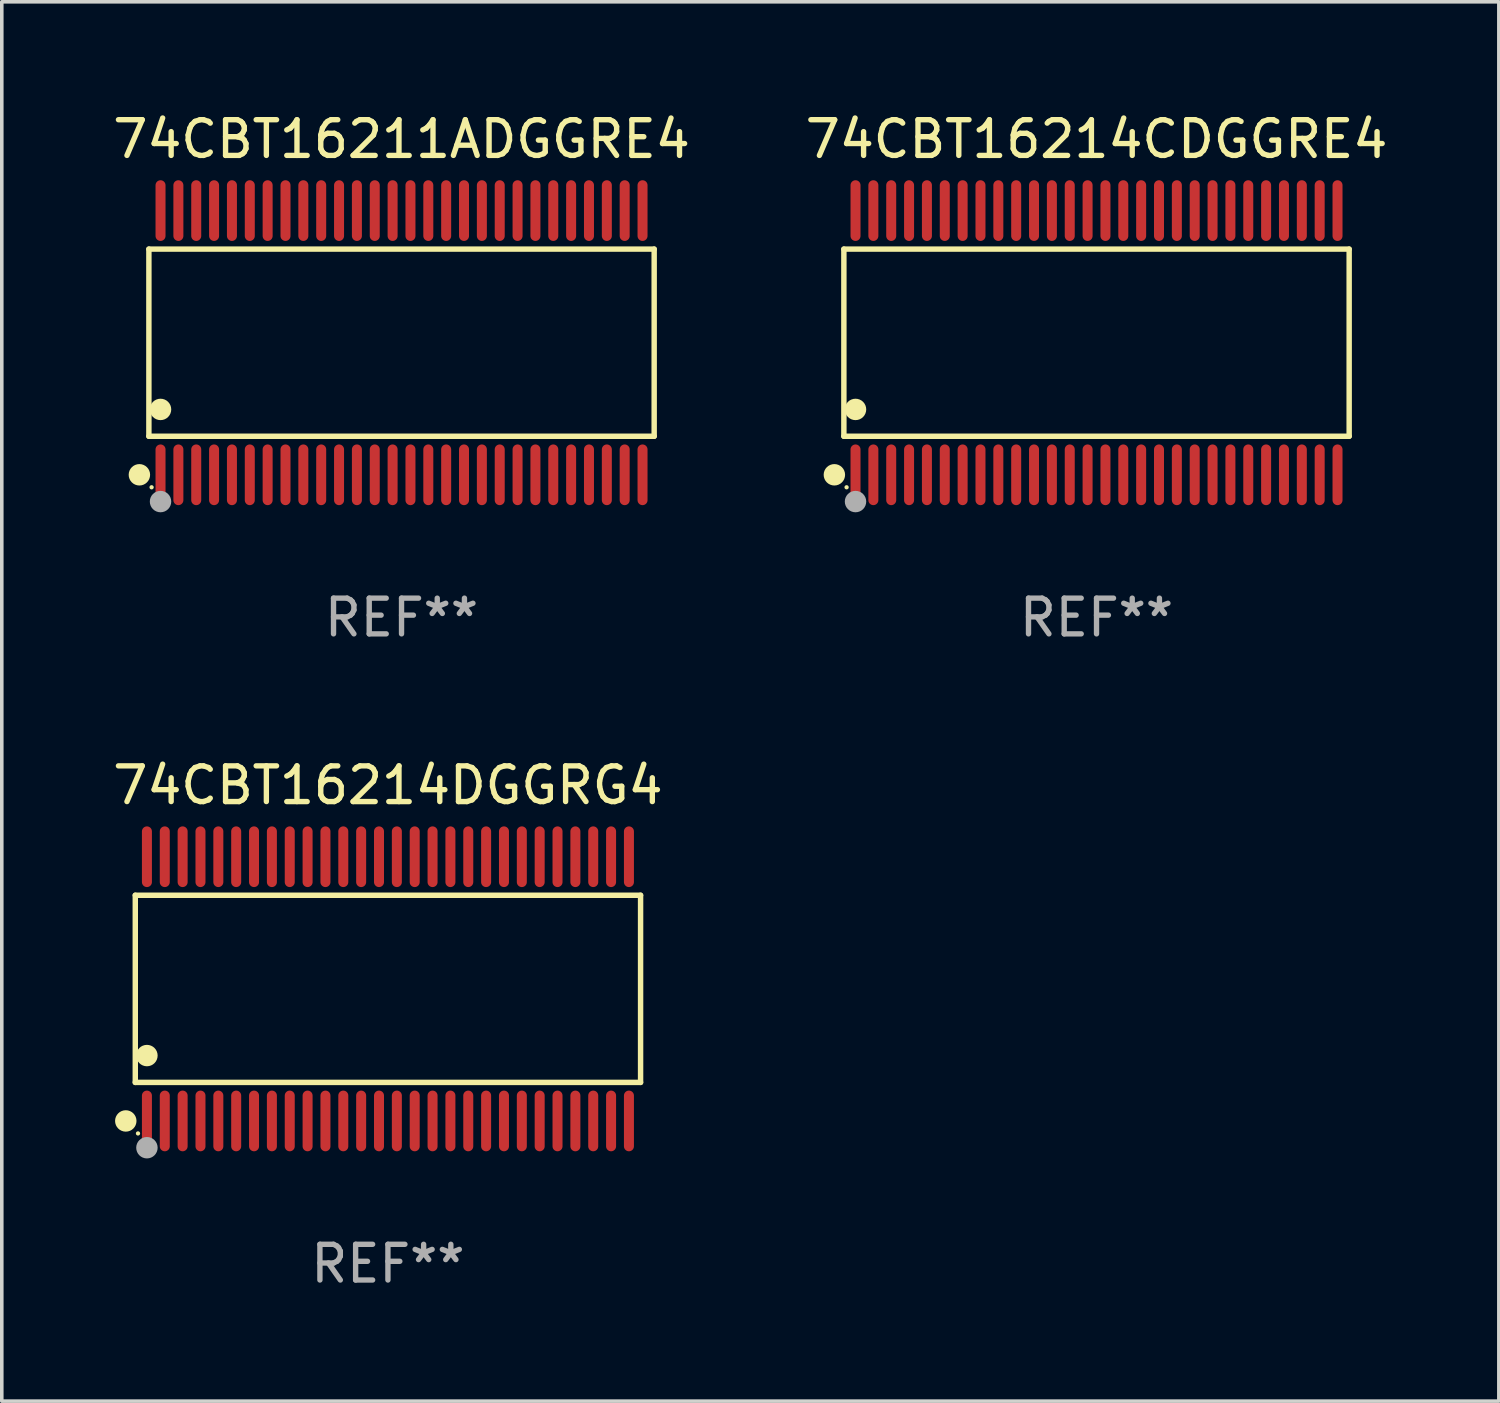
<source format=kicad_pcb>
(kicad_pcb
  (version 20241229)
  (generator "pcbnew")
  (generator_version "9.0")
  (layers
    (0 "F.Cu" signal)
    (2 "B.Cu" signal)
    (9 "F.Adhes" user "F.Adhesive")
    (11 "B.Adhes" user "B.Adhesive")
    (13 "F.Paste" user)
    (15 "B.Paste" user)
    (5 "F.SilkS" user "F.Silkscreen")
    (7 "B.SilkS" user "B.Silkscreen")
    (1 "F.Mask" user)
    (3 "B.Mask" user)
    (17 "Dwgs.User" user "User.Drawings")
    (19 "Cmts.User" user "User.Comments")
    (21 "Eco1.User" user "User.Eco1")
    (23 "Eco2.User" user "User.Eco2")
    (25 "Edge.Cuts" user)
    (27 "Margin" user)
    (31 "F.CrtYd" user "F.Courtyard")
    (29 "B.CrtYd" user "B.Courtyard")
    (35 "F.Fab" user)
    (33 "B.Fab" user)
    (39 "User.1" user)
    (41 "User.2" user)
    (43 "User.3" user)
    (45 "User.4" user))
  (footprint "74CBT16211ADGGRE4"
    (layer "F.Cu")
    (at 8.196 6.548)
    (property "Reference" "74CBT16211ADGGRE4" (at 0 -5.7 0) (layer "F.SilkS") (effects (font (size 1 1) (thickness 0.15))))
    (attr through_hole)
    (fp_line (start -7.076 -2.621) (end 7.076 -2.621) (stroke (width 0.152) (type solid)) (layer "F.SilkS"))
    (fp_line (start -7.076 2.621) (end -7.076 -2.621) (stroke (width 0.152) (type solid)) (layer "F.SilkS"))
    (fp_line (start 7.076 -2.621) (end 7.076 2.621) (stroke (width 0.152) (type solid)) (layer "F.SilkS"))
    (fp_line (start 7.076 2.621) (end -7.076 2.621) (stroke (width 0.152) (type solid)) (layer "F.SilkS"))
    (fp_circle (center -7.342 3.7) (end -7.192 3.7) (stroke (width 0.3) (type solid)) (fill no) (layer "F.SilkS"))
    (fp_circle (center -7 4.05) (end -6.97 4.05) (stroke (width 0.06) (type solid)) (fill no) (layer "F.SilkS"))
    (fp_circle (center -6.75 1.869) (end -6.6 1.869) (stroke (width 0.3) (type solid)) (fill no) (layer "F.SilkS"))
    (fp_circle (center -6.75 4.45) (end -6.6 4.45) (stroke (width 0.3) (type solid)) (fill no) (layer "F.Fab"))
    (fp_text user "REF**" (at 0 7.7 0) (layer "F.Fab") (effects (font (size 1 1) (thickness 0.15))))
    (pad "1" smd oval (at -6.75 3.7) (size 0.28 1.7) (layers "F.Cu" "F.Mask" "F.Paste"))
    (pad "2" smd oval (at -6.25 3.7) (size 0.28 1.7) (layers "F.Cu" "F.Mask" "F.Paste"))
    (pad "3" smd oval (at -5.75 3.7) (size 0.28 1.7) (layers "F.Cu" "F.Mask" "F.Paste"))
    (pad "4" smd oval (at -5.25 3.7) (size 0.28 1.7) (layers "F.Cu" "F.Mask" "F.Paste"))
    (pad "5" smd oval (at -4.75 3.7) (size 0.28 1.7) (layers "F.Cu" "F.Mask" "F.Paste"))
    (pad "6" smd oval (at -4.25 3.7) (size 0.28 1.7) (layers "F.Cu" "F.Mask" "F.Paste"))
    (pad "7" smd oval (at -3.75 3.7) (size 0.28 1.7) (layers "F.Cu" "F.Mask" "F.Paste"))
    (pad "8" smd oval (at -3.25 3.7) (size 0.28 1.7) (layers "F.Cu" "F.Mask" "F.Paste"))
    (pad "9" smd oval (at -2.75 3.7) (size 0.28 1.7) (layers "F.Cu" "F.Mask" "F.Paste"))
    (pad "10" smd oval (at -2.25 3.7) (size 0.28 1.7) (layers "F.Cu" "F.Mask" "F.Paste"))
    (pad "11" smd oval (at -1.75 3.7) (size 0.28 1.7) (layers "F.Cu" "F.Mask" "F.Paste"))
    (pad "12" smd oval (at -1.25 3.7) (size 0.28 1.7) (layers "F.Cu" "F.Mask" "F.Paste"))
    (pad "13" smd oval (at -0.75 3.7) (size 0.28 1.7) (layers "F.Cu" "F.Mask" "F.Paste"))
    (pad "14" smd oval (at -0.25 3.7) (size 0.28 1.7) (layers "F.Cu" "F.Mask" "F.Paste"))
    (pad "15" smd oval (at 0.25 3.7) (size 0.28 1.7) (layers "F.Cu" "F.Mask" "F.Paste"))
    (pad "16" smd oval (at 0.75 3.7) (size 0.28 1.7) (layers "F.Cu" "F.Mask" "F.Paste"))
    (pad "17" smd oval (at 1.25 3.7) (size 0.28 1.7) (layers "F.Cu" "F.Mask" "F.Paste"))
    (pad "18" smd oval (at 1.75 3.7) (size 0.28 1.7) (layers "F.Cu" "F.Mask" "F.Paste"))
    (pad "19" smd oval (at 2.25 3.7) (size 0.28 1.7) (layers "F.Cu" "F.Mask" "F.Paste"))
    (pad "20" smd oval (at 2.75 3.7) (size 0.28 1.7) (layers "F.Cu" "F.Mask" "F.Paste"))
    (pad "21" smd oval (at 3.25 3.7) (size 0.28 1.7) (layers "F.Cu" "F.Mask" "F.Paste"))
    (pad "22" smd oval (at 3.75 3.7) (size 0.28 1.7) (layers "F.Cu" "F.Mask" "F.Paste"))
    (pad "23" smd oval (at 4.25 3.7) (size 0.28 1.7) (layers "F.Cu" "F.Mask" "F.Paste"))
    (pad "24" smd oval (at 4.75 3.7) (size 0.28 1.7) (layers "F.Cu" "F.Mask" "F.Paste"))
    (pad "25" smd oval (at 5.25 3.7) (size 0.28 1.7) (layers "F.Cu" "F.Mask" "F.Paste"))
    (pad "26" smd oval (at 5.75 3.7) (size 0.28 1.7) (layers "F.Cu" "F.Mask" "F.Paste"))
    (pad "27" smd oval (at 6.25 3.7) (size 0.28 1.7) (layers "F.Cu" "F.Mask" "F.Paste"))
    (pad "28" smd oval (at 6.75 3.7) (size 0.28 1.7) (layers "F.Cu" "F.Mask" "F.Paste"))
    (pad "29" smd oval (at 6.75 -3.7) (size 0.28 1.7) (layers "F.Cu" "F.Mask" "F.Paste"))
    (pad "30" smd oval (at 6.25 -3.7) (size 0.28 1.7) (layers "F.Cu" "F.Mask" "F.Paste"))
    (pad "31" smd oval (at 5.75 -3.7) (size 0.28 1.7) (layers "F.Cu" "F.Mask" "F.Paste"))
    (pad "32" smd oval (at 5.25 -3.7) (size 0.28 1.7) (layers "F.Cu" "F.Mask" "F.Paste"))
    (pad "33" smd oval (at 4.75 -3.7) (size 0.28 1.7) (layers "F.Cu" "F.Mask" "F.Paste"))
    (pad "34" smd oval (at 4.25 -3.7) (size 0.28 1.7) (layers "F.Cu" "F.Mask" "F.Paste"))
    (pad "35" smd oval (at 3.75 -3.7) (size 0.28 1.7) (layers "F.Cu" "F.Mask" "F.Paste"))
    (pad "36" smd oval (at 3.25 -3.7) (size 0.28 1.7) (layers "F.Cu" "F.Mask" "F.Paste"))
    (pad "37" smd oval (at 2.75 -3.7) (size 0.28 1.7) (layers "F.Cu" "F.Mask" "F.Paste"))
    (pad "38" smd oval (at 2.25 -3.7) (size 0.28 1.7) (layers "F.Cu" "F.Mask" "F.Paste"))
    (pad "39" smd oval (at 1.75 -3.7) (size 0.28 1.7) (layers "F.Cu" "F.Mask" "F.Paste"))
    (pad "40" smd oval (at 1.25 -3.7) (size 0.28 1.7) (layers "F.Cu" "F.Mask" "F.Paste"))
    (pad "41" smd oval (at 0.75 -3.7) (size 0.28 1.7) (layers "F.Cu" "F.Mask" "F.Paste"))
    (pad "42" smd oval (at 0.25 -3.7) (size 0.28 1.7) (layers "F.Cu" "F.Mask" "F.Paste"))
    (pad "43" smd oval (at -0.25 -3.7) (size 0.28 1.7) (layers "F.Cu" "F.Mask" "F.Paste"))
    (pad "44" smd oval (at -0.75 -3.7) (size 0.28 1.7) (layers "F.Cu" "F.Mask" "F.Paste"))
    (pad "45" smd oval (at -1.25 -3.7) (size 0.28 1.7) (layers "F.Cu" "F.Mask" "F.Paste"))
    (pad "46" smd oval (at -1.75 -3.7) (size 0.28 1.7) (layers "F.Cu" "F.Mask" "F.Paste"))
    (pad "47" smd oval (at -2.25 -3.7) (size 0.28 1.7) (layers "F.Cu" "F.Mask" "F.Paste"))
    (pad "48" smd oval (at -2.75 -3.7) (size 0.28 1.7) (layers "F.Cu" "F.Mask" "F.Paste"))
    (pad "49" smd oval (at -3.25 -3.7) (size 0.28 1.7) (layers "F.Cu" "F.Mask" "F.Paste"))
    (pad "50" smd oval (at -3.75 -3.7) (size 0.28 1.7) (layers "F.Cu" "F.Mask" "F.Paste"))
    (pad "51" smd oval (at -4.25 -3.7) (size 0.28 1.7) (layers "F.Cu" "F.Mask" "F.Paste"))
    (pad "52" smd oval (at -4.75 -3.7) (size 0.28 1.7) (layers "F.Cu" "F.Mask" "F.Paste"))
    (pad "53" smd oval (at -5.25 -3.7) (size 0.28 1.7) (layers "F.Cu" "F.Mask" "F.Paste"))
    (pad "54" smd oval (at -5.75 -3.7) (size 0.28 1.7) (layers "F.Cu" "F.Mask" "F.Paste"))
    (pad "55" smd oval (at -6.25 -3.7) (size 0.28 1.7) (layers "F.Cu" "F.Mask" "F.Paste"))
    (pad "56" smd oval (at -6.75 -3.7) (size 0.28 1.7) (layers "F.Cu" "F.Mask" "F.Paste")))
  (footprint "74CBT16214CDGGRE4"
    (layer "F.Cu")
    (at 27.661 6.548)
    (property "Reference" "74CBT16214CDGGRE4" (at 0 -5.7 0) (layer "F.SilkS") (effects (font (size 1 1) (thickness 0.15))))
    (attr through_hole)
    (fp_line (start -7.076 -2.621) (end 7.076 -2.621) (stroke (width 0.152) (type solid)) (layer "F.SilkS"))
    (fp_line (start -7.076 2.621) (end -7.076 -2.621) (stroke (width 0.152) (type solid)) (layer "F.SilkS"))
    (fp_line (start 7.076 -2.621) (end 7.076 2.621) (stroke (width 0.152) (type solid)) (layer "F.SilkS"))
    (fp_line (start 7.076 2.621) (end -7.076 2.621) (stroke (width 0.152) (type solid)) (layer "F.SilkS"))
    (fp_circle (center -7.342 3.7) (end -7.192 3.7) (stroke (width 0.3) (type solid)) (fill no) (layer "F.SilkS"))
    (fp_circle (center -7 4.05) (end -6.97 4.05) (stroke (width 0.06) (type solid)) (fill no) (layer "F.SilkS"))
    (fp_circle (center -6.75 1.869) (end -6.6 1.869) (stroke (width 0.3) (type solid)) (fill no) (layer "F.SilkS"))
    (fp_circle (center -6.75 4.45) (end -6.6 4.45) (stroke (width 0.3) (type solid)) (fill no) (layer "F.Fab"))
    (fp_text user "REF**" (at 0 7.7 0) (layer "F.Fab") (effects (font (size 1 1) (thickness 0.15))))
    (pad "1" smd oval (at -6.75 3.7) (size 0.28 1.7) (layers "F.Cu" "F.Mask" "F.Paste"))
    (pad "2" smd oval (at -6.25 3.7) (size 0.28 1.7) (layers "F.Cu" "F.Mask" "F.Paste"))
    (pad "3" smd oval (at -5.75 3.7) (size 0.28 1.7) (layers "F.Cu" "F.Mask" "F.Paste"))
    (pad "4" smd oval (at -5.25 3.7) (size 0.28 1.7) (layers "F.Cu" "F.Mask" "F.Paste"))
    (pad "5" smd oval (at -4.75 3.7) (size 0.28 1.7) (layers "F.Cu" "F.Mask" "F.Paste"))
    (pad "6" smd oval (at -4.25 3.7) (size 0.28 1.7) (layers "F.Cu" "F.Mask" "F.Paste"))
    (pad "7" smd oval (at -3.75 3.7) (size 0.28 1.7) (layers "F.Cu" "F.Mask" "F.Paste"))
    (pad "8" smd oval (at -3.25 3.7) (size 0.28 1.7) (layers "F.Cu" "F.Mask" "F.Paste"))
    (pad "9" smd oval (at -2.75 3.7) (size 0.28 1.7) (layers "F.Cu" "F.Mask" "F.Paste"))
    (pad "10" smd oval (at -2.25 3.7) (size 0.28 1.7) (layers "F.Cu" "F.Mask" "F.Paste"))
    (pad "11" smd oval (at -1.75 3.7) (size 0.28 1.7) (layers "F.Cu" "F.Mask" "F.Paste"))
    (pad "12" smd oval (at -1.25 3.7) (size 0.28 1.7) (layers "F.Cu" "F.Mask" "F.Paste"))
    (pad "13" smd oval (at -0.75 3.7) (size 0.28 1.7) (layers "F.Cu" "F.Mask" "F.Paste"))
    (pad "14" smd oval (at -0.25 3.7) (size 0.28 1.7) (layers "F.Cu" "F.Mask" "F.Paste"))
    (pad "15" smd oval (at 0.25 3.7) (size 0.28 1.7) (layers "F.Cu" "F.Mask" "F.Paste"))
    (pad "16" smd oval (at 0.75 3.7) (size 0.28 1.7) (layers "F.Cu" "F.Mask" "F.Paste"))
    (pad "17" smd oval (at 1.25 3.7) (size 0.28 1.7) (layers "F.Cu" "F.Mask" "F.Paste"))
    (pad "18" smd oval (at 1.75 3.7) (size 0.28 1.7) (layers "F.Cu" "F.Mask" "F.Paste"))
    (pad "19" smd oval (at 2.25 3.7) (size 0.28 1.7) (layers "F.Cu" "F.Mask" "F.Paste"))
    (pad "20" smd oval (at 2.75 3.7) (size 0.28 1.7) (layers "F.Cu" "F.Mask" "F.Paste"))
    (pad "21" smd oval (at 3.25 3.7) (size 0.28 1.7) (layers "F.Cu" "F.Mask" "F.Paste"))
    (pad "22" smd oval (at 3.75 3.7) (size 0.28 1.7) (layers "F.Cu" "F.Mask" "F.Paste"))
    (pad "23" smd oval (at 4.25 3.7) (size 0.28 1.7) (layers "F.Cu" "F.Mask" "F.Paste"))
    (pad "24" smd oval (at 4.75 3.7) (size 0.28 1.7) (layers "F.Cu" "F.Mask" "F.Paste"))
    (pad "25" smd oval (at 5.25 3.7) (size 0.28 1.7) (layers "F.Cu" "F.Mask" "F.Paste"))
    (pad "26" smd oval (at 5.75 3.7) (size 0.28 1.7) (layers "F.Cu" "F.Mask" "F.Paste"))
    (pad "27" smd oval (at 6.25 3.7) (size 0.28 1.7) (layers "F.Cu" "F.Mask" "F.Paste"))
    (pad "28" smd oval (at 6.75 3.7) (size 0.28 1.7) (layers "F.Cu" "F.Mask" "F.Paste"))
    (pad "29" smd oval (at 6.75 -3.7) (size 0.28 1.7) (layers "F.Cu" "F.Mask" "F.Paste"))
    (pad "30" smd oval (at 6.25 -3.7) (size 0.28 1.7) (layers "F.Cu" "F.Mask" "F.Paste"))
    (pad "31" smd oval (at 5.75 -3.7) (size 0.28 1.7) (layers "F.Cu" "F.Mask" "F.Paste"))
    (pad "32" smd oval (at 5.25 -3.7) (size 0.28 1.7) (layers "F.Cu" "F.Mask" "F.Paste"))
    (pad "33" smd oval (at 4.75 -3.7) (size 0.28 1.7) (layers "F.Cu" "F.Mask" "F.Paste"))
    (pad "34" smd oval (at 4.25 -3.7) (size 0.28 1.7) (layers "F.Cu" "F.Mask" "F.Paste"))
    (pad "35" smd oval (at 3.75 -3.7) (size 0.28 1.7) (layers "F.Cu" "F.Mask" "F.Paste"))
    (pad "36" smd oval (at 3.25 -3.7) (size 0.28 1.7) (layers "F.Cu" "F.Mask" "F.Paste"))
    (pad "37" smd oval (at 2.75 -3.7) (size 0.28 1.7) (layers "F.Cu" "F.Mask" "F.Paste"))
    (pad "38" smd oval (at 2.25 -3.7) (size 0.28 1.7) (layers "F.Cu" "F.Mask" "F.Paste"))
    (pad "39" smd oval (at 1.75 -3.7) (size 0.28 1.7) (layers "F.Cu" "F.Mask" "F.Paste"))
    (pad "40" smd oval (at 1.25 -3.7) (size 0.28 1.7) (layers "F.Cu" "F.Mask" "F.Paste"))
    (pad "41" smd oval (at 0.75 -3.7) (size 0.28 1.7) (layers "F.Cu" "F.Mask" "F.Paste"))
    (pad "42" smd oval (at 0.25 -3.7) (size 0.28 1.7) (layers "F.Cu" "F.Mask" "F.Paste"))
    (pad "43" smd oval (at -0.25 -3.7) (size 0.28 1.7) (layers "F.Cu" "F.Mask" "F.Paste"))
    (pad "44" smd oval (at -0.75 -3.7) (size 0.28 1.7) (layers "F.Cu" "F.Mask" "F.Paste"))
    (pad "45" smd oval (at -1.25 -3.7) (size 0.28 1.7) (layers "F.Cu" "F.Mask" "F.Paste"))
    (pad "46" smd oval (at -1.75 -3.7) (size 0.28 1.7) (layers "F.Cu" "F.Mask" "F.Paste"))
    (pad "47" smd oval (at -2.25 -3.7) (size 0.28 1.7) (layers "F.Cu" "F.Mask" "F.Paste"))
    (pad "48" smd oval (at -2.75 -3.7) (size 0.28 1.7) (layers "F.Cu" "F.Mask" "F.Paste"))
    (pad "49" smd oval (at -3.25 -3.7) (size 0.28 1.7) (layers "F.Cu" "F.Mask" "F.Paste"))
    (pad "50" smd oval (at -3.75 -3.7) (size 0.28 1.7) (layers "F.Cu" "F.Mask" "F.Paste"))
    (pad "51" smd oval (at -4.25 -3.7) (size 0.28 1.7) (layers "F.Cu" "F.Mask" "F.Paste"))
    (pad "52" smd oval (at -4.75 -3.7) (size 0.28 1.7) (layers "F.Cu" "F.Mask" "F.Paste"))
    (pad "53" smd oval (at -5.25 -3.7) (size 0.28 1.7) (layers "F.Cu" "F.Mask" "F.Paste"))
    (pad "54" smd oval (at -5.75 -3.7) (size 0.28 1.7) (layers "F.Cu" "F.Mask" "F.Paste"))
    (pad "55" smd oval (at -6.25 -3.7) (size 0.28 1.7) (layers "F.Cu" "F.Mask" "F.Paste"))
    (pad "56" smd oval (at -6.75 -3.7) (size 0.28 1.7) (layers "F.Cu" "F.Mask" "F.Paste")))
  (footprint "74CBT16214DGGRG4"
    (layer "F.Cu")
    (at 7.815 24.645)
    (property "Reference" "74CBT16214DGGRG4" (at 0 -5.7 0) (layer "F.SilkS") (effects (font (size 1 1) (thickness 0.15))))
    (attr through_hole)
    (fp_line (start -7.076 -2.621) (end 7.076 -2.621) (stroke (width 0.152) (type solid)) (layer "F.SilkS"))
    (fp_line (start -7.076 2.621) (end -7.076 -2.621) (stroke (width 0.152) (type solid)) (layer "F.SilkS"))
    (fp_line (start 7.076 -2.621) (end 7.076 2.621) (stroke (width 0.152) (type solid)) (layer "F.SilkS"))
    (fp_line (start 7.076 2.621) (end -7.076 2.621) (stroke (width 0.152) (type solid)) (layer "F.SilkS"))
    (fp_circle (center -7.342 3.7) (end -7.192 3.7) (stroke (width 0.3) (type solid)) (fill no) (layer "F.SilkS"))
    (fp_circle (center -7 4.05) (end -6.97 4.05) (stroke (width 0.06) (type solid)) (fill no) (layer "F.SilkS"))
    (fp_circle (center -6.75 1.869) (end -6.6 1.869) (stroke (width 0.3) (type solid)) (fill no) (layer "F.SilkS"))
    (fp_circle (center -6.75 4.45) (end -6.6 4.45) (stroke (width 0.3) (type solid)) (fill no) (layer "F.Fab"))
    (fp_text user "REF**" (at 0 7.7 0) (layer "F.Fab") (effects (font (size 1 1) (thickness 0.15))))
    (pad "1" smd oval (at -6.75 3.7) (size 0.28 1.7) (layers "F.Cu" "F.Mask" "F.Paste"))
    (pad "2" smd oval (at -6.25 3.7) (size 0.28 1.7) (layers "F.Cu" "F.Mask" "F.Paste"))
    (pad "3" smd oval (at -5.75 3.7) (size 0.28 1.7) (layers "F.Cu" "F.Mask" "F.Paste"))
    (pad "4" smd oval (at -5.25 3.7) (size 0.28 1.7) (layers "F.Cu" "F.Mask" "F.Paste"))
    (pad "5" smd oval (at -4.75 3.7) (size 0.28 1.7) (layers "F.Cu" "F.Mask" "F.Paste"))
    (pad "6" smd oval (at -4.25 3.7) (size 0.28 1.7) (layers "F.Cu" "F.Mask" "F.Paste"))
    (pad "7" smd oval (at -3.75 3.7) (size 0.28 1.7) (layers "F.Cu" "F.Mask" "F.Paste"))
    (pad "8" smd oval (at -3.25 3.7) (size 0.28 1.7) (layers "F.Cu" "F.Mask" "F.Paste"))
    (pad "9" smd oval (at -2.75 3.7) (size 0.28 1.7) (layers "F.Cu" "F.Mask" "F.Paste"))
    (pad "10" smd oval (at -2.25 3.7) (size 0.28 1.7) (layers "F.Cu" "F.Mask" "F.Paste"))
    (pad "11" smd oval (at -1.75 3.7) (size 0.28 1.7) (layers "F.Cu" "F.Mask" "F.Paste"))
    (pad "12" smd oval (at -1.25 3.7) (size 0.28 1.7) (layers "F.Cu" "F.Mask" "F.Paste"))
    (pad "13" smd oval (at -0.75 3.7) (size 0.28 1.7) (layers "F.Cu" "F.Mask" "F.Paste"))
    (pad "14" smd oval (at -0.25 3.7) (size 0.28 1.7) (layers "F.Cu" "F.Mask" "F.Paste"))
    (pad "15" smd oval (at 0.25 3.7) (size 0.28 1.7) (layers "F.Cu" "F.Mask" "F.Paste"))
    (pad "16" smd oval (at 0.75 3.7) (size 0.28 1.7) (layers "F.Cu" "F.Mask" "F.Paste"))
    (pad "17" smd oval (at 1.25 3.7) (size 0.28 1.7) (layers "F.Cu" "F.Mask" "F.Paste"))
    (pad "18" smd oval (at 1.75 3.7) (size 0.28 1.7) (layers "F.Cu" "F.Mask" "F.Paste"))
    (pad "19" smd oval (at 2.25 3.7) (size 0.28 1.7) (layers "F.Cu" "F.Mask" "F.Paste"))
    (pad "20" smd oval (at 2.75 3.7) (size 0.28 1.7) (layers "F.Cu" "F.Mask" "F.Paste"))
    (pad "21" smd oval (at 3.25 3.7) (size 0.28 1.7) (layers "F.Cu" "F.Mask" "F.Paste"))
    (pad "22" smd oval (at 3.75 3.7) (size 0.28 1.7) (layers "F.Cu" "F.Mask" "F.Paste"))
    (pad "23" smd oval (at 4.25 3.7) (size 0.28 1.7) (layers "F.Cu" "F.Mask" "F.Paste"))
    (pad "24" smd oval (at 4.75 3.7) (size 0.28 1.7) (layers "F.Cu" "F.Mask" "F.Paste"))
    (pad "25" smd oval (at 5.25 3.7) (size 0.28 1.7) (layers "F.Cu" "F.Mask" "F.Paste"))
    (pad "26" smd oval (at 5.75 3.7) (size 0.28 1.7) (layers "F.Cu" "F.Mask" "F.Paste"))
    (pad "27" smd oval (at 6.25 3.7) (size 0.28 1.7) (layers "F.Cu" "F.Mask" "F.Paste"))
    (pad "28" smd oval (at 6.75 3.7) (size 0.28 1.7) (layers "F.Cu" "F.Mask" "F.Paste"))
    (pad "29" smd oval (at 6.75 -3.7) (size 0.28 1.7) (layers "F.Cu" "F.Mask" "F.Paste"))
    (pad "30" smd oval (at 6.25 -3.7) (size 0.28 1.7) (layers "F.Cu" "F.Mask" "F.Paste"))
    (pad "31" smd oval (at 5.75 -3.7) (size 0.28 1.7) (layers "F.Cu" "F.Mask" "F.Paste"))
    (pad "32" smd oval (at 5.25 -3.7) (size 0.28 1.7) (layers "F.Cu" "F.Mask" "F.Paste"))
    (pad "33" smd oval (at 4.75 -3.7) (size 0.28 1.7) (layers "F.Cu" "F.Mask" "F.Paste"))
    (pad "34" smd oval (at 4.25 -3.7) (size 0.28 1.7) (layers "F.Cu" "F.Mask" "F.Paste"))
    (pad "35" smd oval (at 3.75 -3.7) (size 0.28 1.7) (layers "F.Cu" "F.Mask" "F.Paste"))
    (pad "36" smd oval (at 3.25 -3.7) (size 0.28 1.7) (layers "F.Cu" "F.Mask" "F.Paste"))
    (pad "37" smd oval (at 2.75 -3.7) (size 0.28 1.7) (layers "F.Cu" "F.Mask" "F.Paste"))
    (pad "38" smd oval (at 2.25 -3.7) (size 0.28 1.7) (layers "F.Cu" "F.Mask" "F.Paste"))
    (pad "39" smd oval (at 1.75 -3.7) (size 0.28 1.7) (layers "F.Cu" "F.Mask" "F.Paste"))
    (pad "40" smd oval (at 1.25 -3.7) (size 0.28 1.7) (layers "F.Cu" "F.Mask" "F.Paste"))
    (pad "41" smd oval (at 0.75 -3.7) (size 0.28 1.7) (layers "F.Cu" "F.Mask" "F.Paste"))
    (pad "42" smd oval (at 0.25 -3.7) (size 0.28 1.7) (layers "F.Cu" "F.Mask" "F.Paste"))
    (pad "43" smd oval (at -0.25 -3.7) (size 0.28 1.7) (layers "F.Cu" "F.Mask" "F.Paste"))
    (pad "44" smd oval (at -0.75 -3.7) (size 0.28 1.7) (layers "F.Cu" "F.Mask" "F.Paste"))
    (pad "45" smd oval (at -1.25 -3.7) (size 0.28 1.7) (layers "F.Cu" "F.Mask" "F.Paste"))
    (pad "46" smd oval (at -1.75 -3.7) (size 0.28 1.7) (layers "F.Cu" "F.Mask" "F.Paste"))
    (pad "47" smd oval (at -2.25 -3.7) (size 0.28 1.7) (layers "F.Cu" "F.Mask" "F.Paste"))
    (pad "48" smd oval (at -2.75 -3.7) (size 0.28 1.7) (layers "F.Cu" "F.Mask" "F.Paste"))
    (pad "49" smd oval (at -3.25 -3.7) (size 0.28 1.7) (layers "F.Cu" "F.Mask" "F.Paste"))
    (pad "50" smd oval (at -3.75 -3.7) (size 0.28 1.7) (layers "F.Cu" "F.Mask" "F.Paste"))
    (pad "51" smd oval (at -4.25 -3.7) (size 0.28 1.7) (layers "F.Cu" "F.Mask" "F.Paste"))
    (pad "52" smd oval (at -4.75 -3.7) (size 0.28 1.7) (layers "F.Cu" "F.Mask" "F.Paste"))
    (pad "53" smd oval (at -5.25 -3.7) (size 0.28 1.7) (layers "F.Cu" "F.Mask" "F.Paste"))
    (pad "54" smd oval (at -5.75 -3.7) (size 0.28 1.7) (layers "F.Cu" "F.Mask" "F.Paste"))
    (pad "55" smd oval (at -6.25 -3.7) (size 0.28 1.7) (layers "F.Cu" "F.Mask" "F.Paste"))
    (pad "56" smd oval (at -6.75 -3.7) (size 0.28 1.7) (layers "F.Cu" "F.Mask" "F.Paste")))
  (gr_rect
    (start -3 -3)
    (end 38.929 36.193)
    (stroke (width 0.1) (type default))
    (fill no)
    (layer "Edge.Cuts")))
</source>
